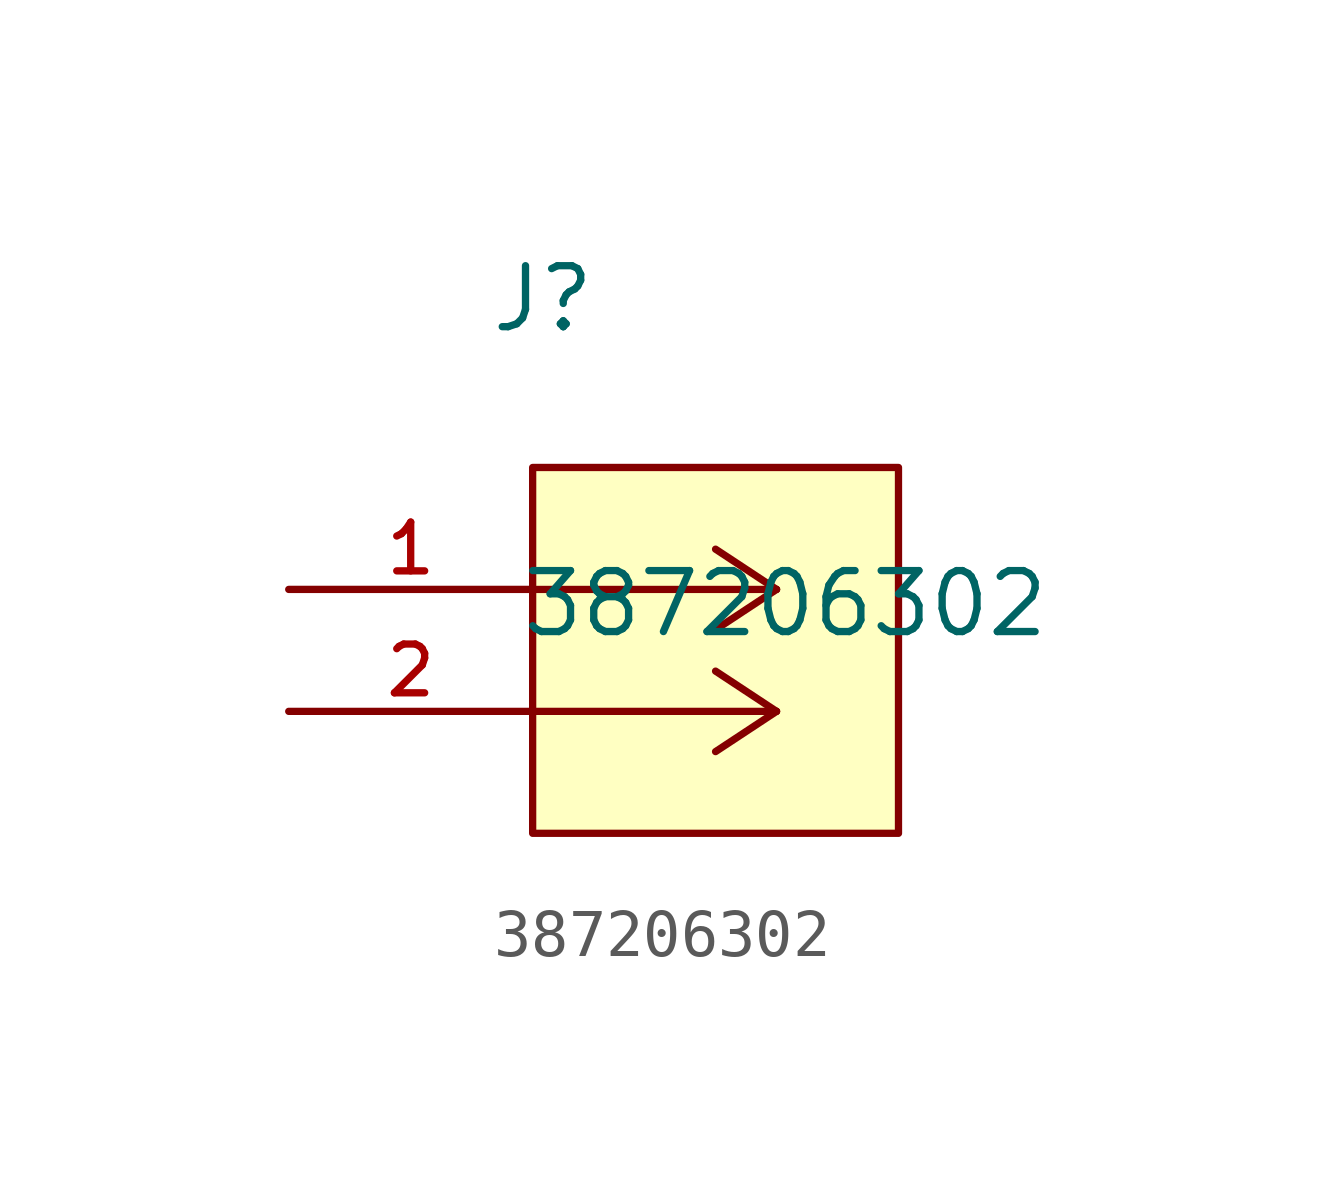
<source format=kicad_sym>
(kicad_symbol_lib
  (version 20211014)
  (generator kicad_symbol_editor)
  (symbol "387206302"
    (pin_names
      (offset 1.016))
    (property "Reference" "J"
      (at 4.166 5.309 0.0)
      (effects (font (size 1.27 1.27)) (justify bottom left)))
    (property "Value" "387206302"
      (at 4.801 -1.041 0.0)
      (effects (font (size 1.27 1.27)) (justify bottom left)))
    (symbol "387206302_0_0"
      (polyline (pts (xy 10.16 0.0) (xy 5.08 0.0)) (stroke (width 0.152)))
      (polyline (pts (xy 10.16 -2.54) (xy 5.08 -2.54)) (stroke (width 0.152)))
      (polyline (pts (xy 10.16 0.0) (xy 8.89 0.838)) (stroke (width 0.152)))
      (polyline (pts (xy 10.16 -2.54) (xy 8.89 -1.702)) (stroke (width 0.152)))
      (polyline (pts (xy 10.16 0.0) (xy 8.89 -0.838)) (stroke (width 0.152)))
      (polyline (pts (xy 10.16 -2.54) (xy 8.89 -3.378)) (stroke (width 0.152)))
      (rectangle (start 5.08 -5.08) (end 12.7 2.54) (stroke (width 0.152)) (fill (type background)))
      (pin passive line (at 0.0 0.0 0) (length 5.08) (name "~" (effects (font (size 1.016 1.016)))) (number "1" (effects (font (size 1.016 1.016)))))
      (pin passive line (at 0.0 -2.54 0) (length 5.08) (name "~" (effects (font (size 1.016 1.016)))) (number "2" (effects (font (size 1.016 1.016))))))))
</source>
